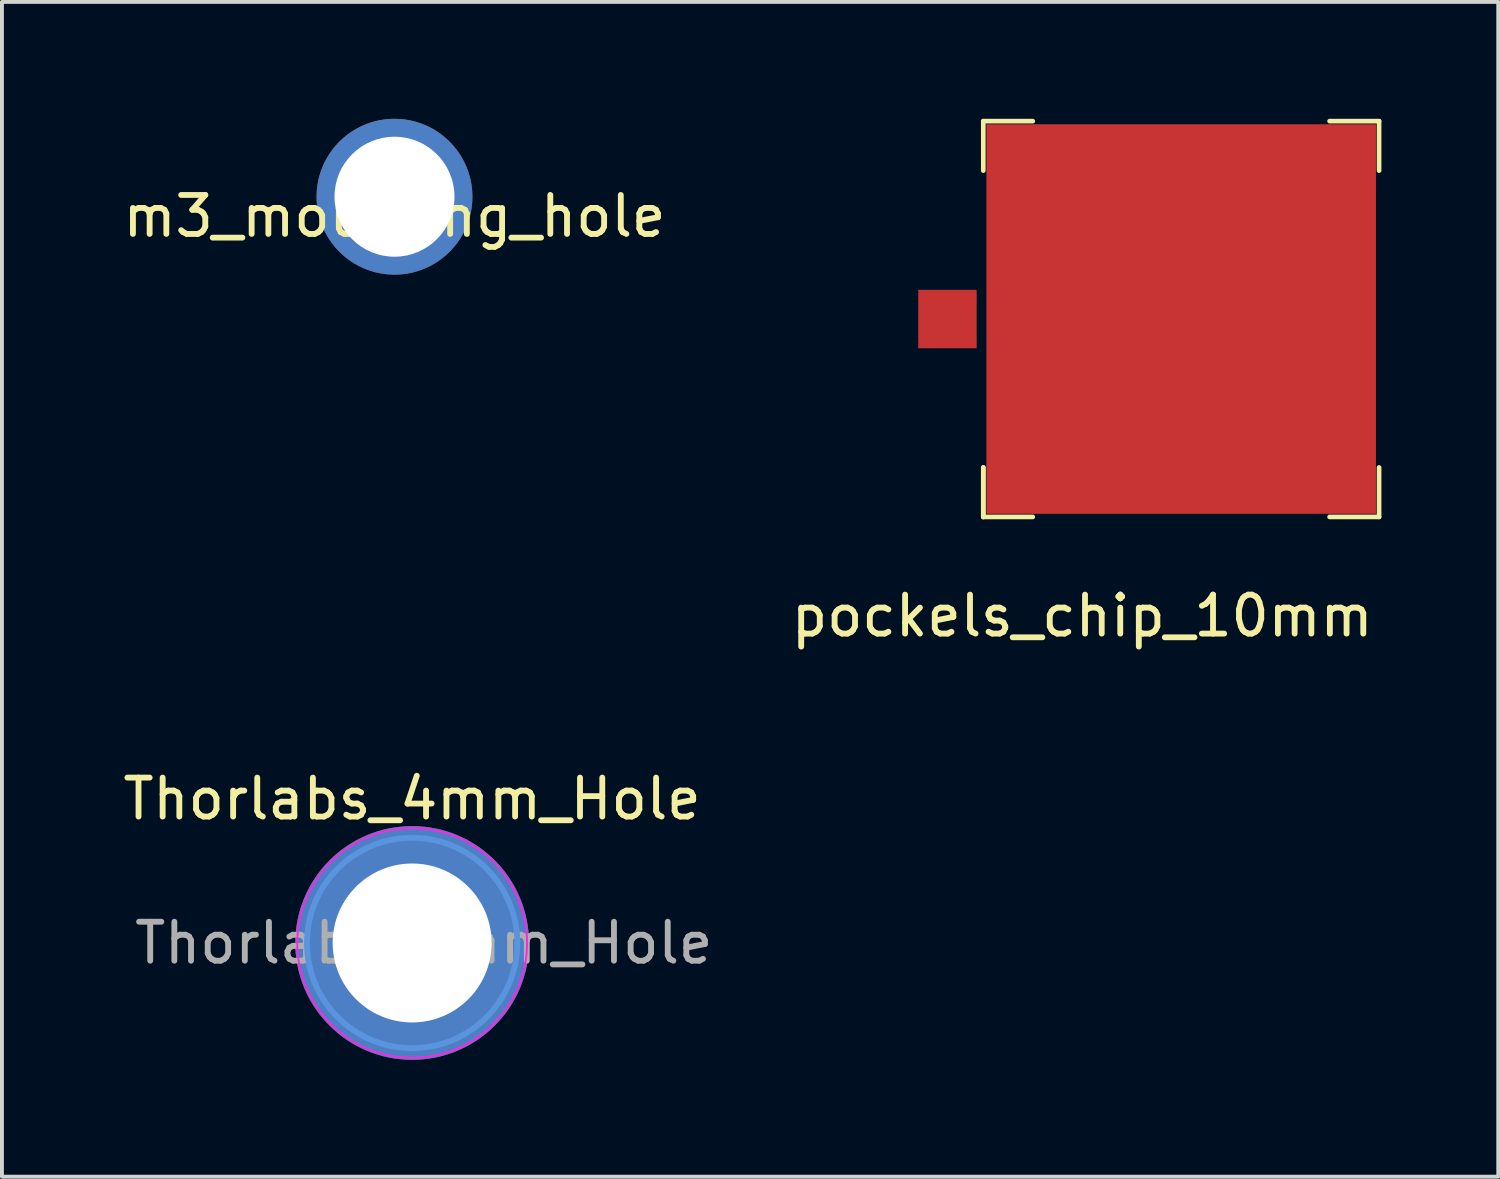
<source format=kicad_pcb>
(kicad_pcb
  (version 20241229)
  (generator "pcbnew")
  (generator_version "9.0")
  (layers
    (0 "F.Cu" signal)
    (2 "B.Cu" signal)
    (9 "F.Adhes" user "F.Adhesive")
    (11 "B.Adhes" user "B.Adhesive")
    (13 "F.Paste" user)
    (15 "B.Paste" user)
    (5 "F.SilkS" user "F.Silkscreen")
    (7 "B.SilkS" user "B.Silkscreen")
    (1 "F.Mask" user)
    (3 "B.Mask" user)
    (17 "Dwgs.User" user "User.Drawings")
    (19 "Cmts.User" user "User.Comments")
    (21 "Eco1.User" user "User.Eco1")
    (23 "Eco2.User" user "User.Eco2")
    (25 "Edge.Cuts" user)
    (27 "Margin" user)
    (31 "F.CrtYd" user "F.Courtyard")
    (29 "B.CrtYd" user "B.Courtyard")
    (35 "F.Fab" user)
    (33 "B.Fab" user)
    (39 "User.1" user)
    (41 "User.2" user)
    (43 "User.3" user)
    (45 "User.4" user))
  (footprint "m3_mounting_hole"
    (layer "F.Cu")
    (at 7.077 2)
    (property "Reference" "m3_mounting_hole" (at 0 0.5 0) (layer "F.SilkS") (effects (font (size 1 1) (thickness 0.15))))
    (attr through_hole)
    (pad "1" thru_hole circle (at 0 0) (size 4 4) (drill 3.08) (layers "*.Cu" "*.Mask")))
  (footprint "Thorlabs_4mm_Hole"
    (layer "F.Cu")
    (at 7.53 21.157)
    (property "Reference" "Thorlabs_4mm_Hole" (at 0 -3.7 0) (layer "F.SilkS") (effects (font (size 1 1) (thickness 0.15))))
    (attr exclude_from_pos_files exclude_from_bom)
    (fp_circle (center 0 0) (end 2.7 0) (stroke (width 0.15) (type solid)) (fill no) (layer "Cmts.User"))
    (fp_circle (center 0 0) (end 2.95 0) (stroke (width 0.05) (type solid)) (fill no) (layer "F.CrtYd"))
    (fp_text user "${REFERENCE}" (at 0.3 0 0) (layer "F.Fab") (effects (font (size 1 1) (thickness 0.15))))
    (pad "1" thru_hole circle (at 0 0) (size 6 6) (drill 4.08) (layers "*.Cu" "*.Mask")))
  (footprint "pockels_chip_10mm"
    (layer "F.Cu")
    (at 27.272 5.14)
    (property "Reference" "pockels_chip_10mm" (at -2.54 7.62 0) (layer "F.SilkS") (effects (font (size 1 1) (thickness 0.15))))
    (attr through_hole)
    (fp_line (start -5.08 -5.08) (end -5.08 -3.81) (stroke (width 0.12) (type solid)) (layer "F.SilkS"))
    (fp_line (start -5.08 -5.08) (end -3.81 -5.08) (stroke (width 0.12) (type solid)) (layer "F.SilkS"))
    (fp_line (start -5.08 3.81) (end -5.08 5.08) (stroke (width 0.12) (type solid)) (layer "F.SilkS"))
    (fp_line (start -5.08 5.08) (end -5.08 3.81) (stroke (width 0.12) (type solid)) (layer "F.SilkS"))
    (fp_line (start -5.08 5.08) (end -3.81 5.08) (stroke (width 0.12) (type solid)) (layer "F.SilkS"))
    (fp_line (start 5.08 -5.08) (end 3.81 -5.08) (stroke (width 0.12) (type solid)) (layer "F.SilkS"))
    (fp_line (start 5.08 -5.08) (end 5.08 -3.81) (stroke (width 0.12) (type solid)) (layer "F.SilkS"))
    (fp_line (start 5.08 5.08) (end 3.81 5.08) (stroke (width 0.12) (type solid)) (layer "F.SilkS"))
    (fp_line (start 5.08 5.08) (end 5.08 3.81) (stroke (width 0.12) (type solid)) (layer "F.SilkS"))
    (pad "1" smd rect (at -6 0) (size 1.5 1.5) (layers "F.Cu" "F.Mask" "F.Paste"))
    (pad "2" smd rect (at 0 0) (size 10 10) (layers "F.Cu" "F.Mask" "F.Paste")))
  (gr_rect
    (start -3 -3)
    (end 35.412 27.157)
    (stroke (width 0.1) (type default))
    (fill no)
    (layer "Edge.Cuts")))
</source>
